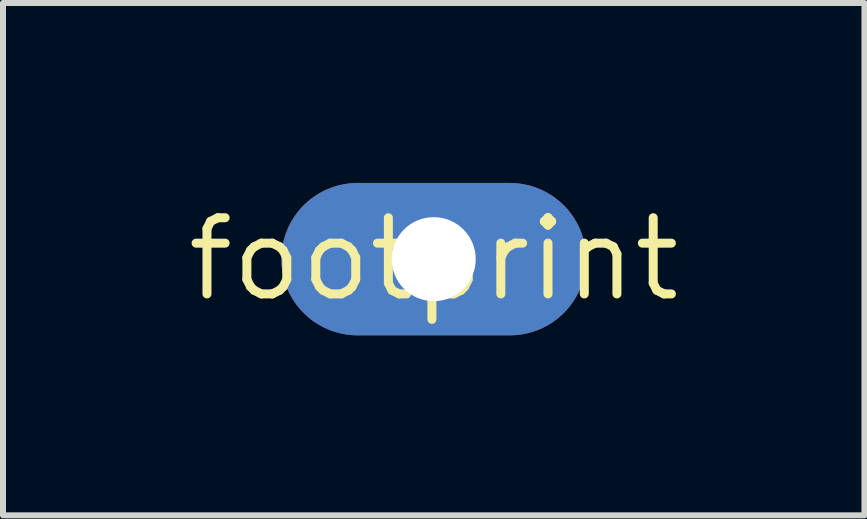
<source format=kicad_pcb>
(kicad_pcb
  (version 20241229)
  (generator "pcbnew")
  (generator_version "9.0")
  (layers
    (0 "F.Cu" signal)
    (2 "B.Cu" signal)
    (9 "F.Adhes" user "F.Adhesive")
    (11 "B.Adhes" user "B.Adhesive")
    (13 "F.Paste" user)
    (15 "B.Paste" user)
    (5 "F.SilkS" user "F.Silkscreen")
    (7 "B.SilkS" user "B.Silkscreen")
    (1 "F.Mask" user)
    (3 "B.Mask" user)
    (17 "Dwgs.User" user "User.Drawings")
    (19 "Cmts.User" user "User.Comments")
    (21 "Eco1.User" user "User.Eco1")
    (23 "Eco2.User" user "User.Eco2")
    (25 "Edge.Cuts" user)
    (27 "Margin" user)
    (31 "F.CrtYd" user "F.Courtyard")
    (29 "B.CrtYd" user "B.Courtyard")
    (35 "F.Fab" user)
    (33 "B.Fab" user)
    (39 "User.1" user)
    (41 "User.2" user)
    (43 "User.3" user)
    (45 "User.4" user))
  (footprint "footprint"
    (layer "F.Cu")
    (at 4.18 1.27)
    (property "Reference" "footprint" (at 0 0 0) (layer "F.SilkS") (effects (font (size 1.27 1.27) (thickness 0.15))))
    (pad "P$1" thru_hole oval (at 0 0) (size 5.08 2.54) (drill 1.4) (layers "*.Cu" "*.Mask")))
  (gr_rect
    (start -3 -3)
    (end 11.36 5.54)
    (stroke (width 0.1) (type default))
    (fill no)
    (layer "Edge.Cuts")))
</source>
